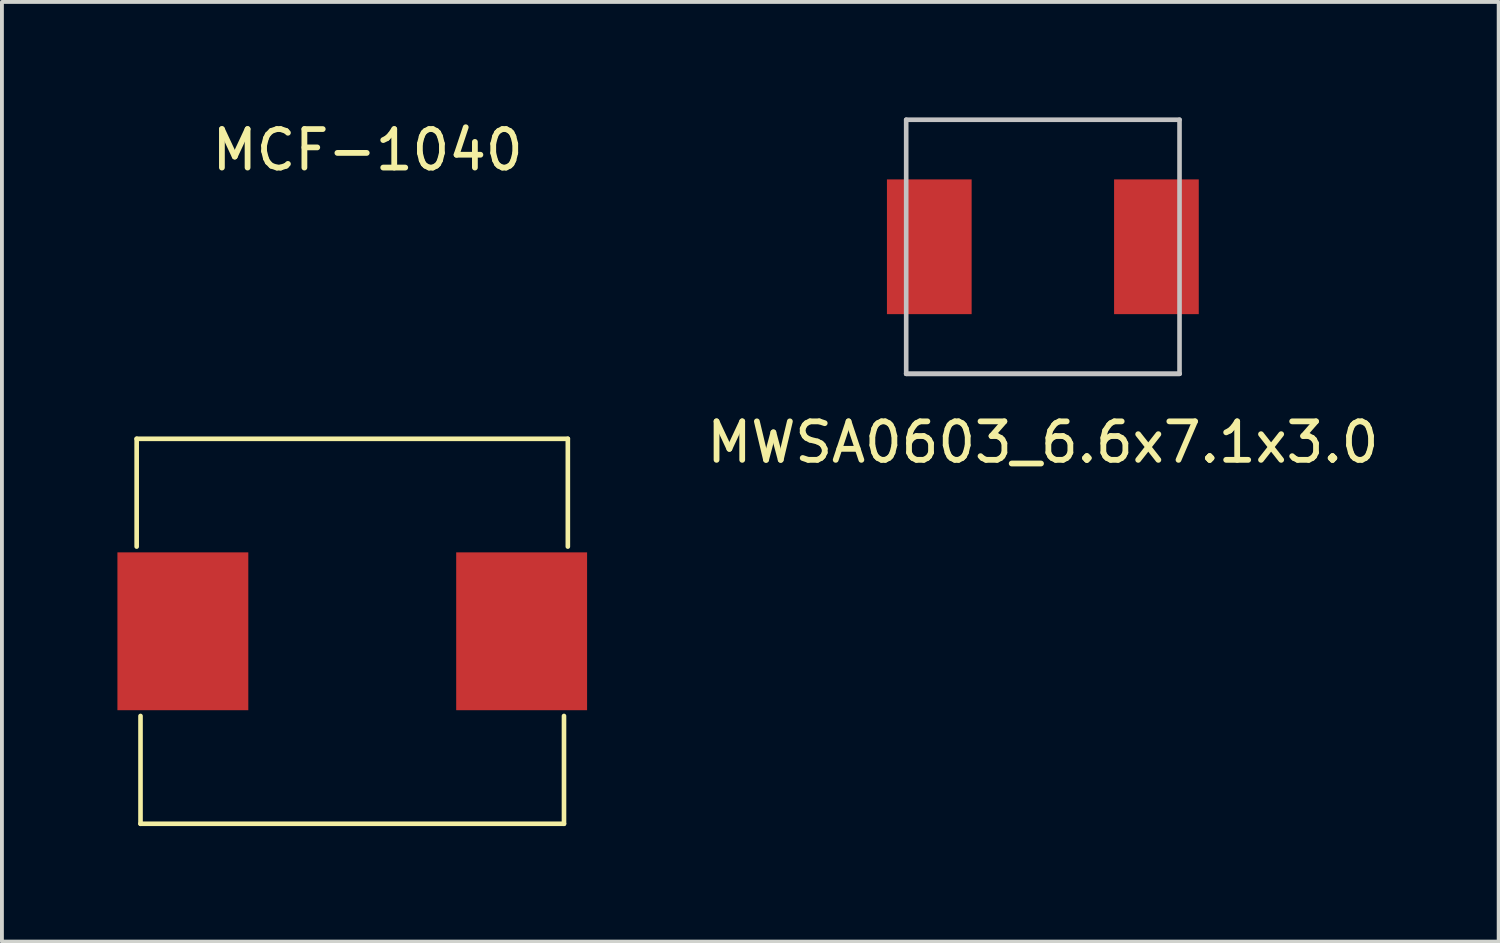
<source format=kicad_pcb>
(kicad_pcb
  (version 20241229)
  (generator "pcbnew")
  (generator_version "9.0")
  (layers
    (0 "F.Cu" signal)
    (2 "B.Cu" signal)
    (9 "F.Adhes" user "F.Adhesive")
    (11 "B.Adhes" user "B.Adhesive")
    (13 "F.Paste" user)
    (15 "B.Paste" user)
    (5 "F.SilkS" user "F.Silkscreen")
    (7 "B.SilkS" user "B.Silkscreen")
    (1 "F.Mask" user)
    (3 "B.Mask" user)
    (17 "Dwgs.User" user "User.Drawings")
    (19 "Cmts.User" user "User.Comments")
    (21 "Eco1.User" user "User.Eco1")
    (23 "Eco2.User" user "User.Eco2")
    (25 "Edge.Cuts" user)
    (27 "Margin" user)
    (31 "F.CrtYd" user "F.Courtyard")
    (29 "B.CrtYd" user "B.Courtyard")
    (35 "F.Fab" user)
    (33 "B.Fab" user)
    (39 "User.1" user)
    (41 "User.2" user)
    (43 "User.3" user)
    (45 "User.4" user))
  (footprint "MWSA0603_6.6x7.1x3.0"
    (layer "F.Cu")
    (at 24.039 3.36)
    (property "Reference" "MWSA0603_6.6x7.1x3.0" (at 0 5.08 0) (layer "F.SilkS") (effects (font (size 1 1) (thickness 0.15))))
    (attr smd)
    (fp_line (start -3.55 -3.3) (end 3.55 -3.3) (stroke (width 0.12) (type solid)) (layer "Dwgs.User"))
    (fp_line (start -3.55 3.3) (end -3.55 -3.3) (stroke (width 0.12) (type solid)) (layer "Dwgs.User"))
    (fp_line (start 3.55 -3.3) (end 3.55 3.3) (stroke (width 0.12) (type solid)) (layer "Dwgs.User"))
    (fp_line (start 3.55 3.3) (end -3.55 3.3) (stroke (width 0.12) (type solid)) (layer "Dwgs.User"))
    (fp_line (start 3.55 3.3) (end -3.55 3.3) (stroke (width 0.12) (type solid)) (layer "Dwgs.User"))
    (pad "1" smd rect (at -2.95 0) (size 2.2 3.5) (layers "F.Cu" "F.Mask" "F.Paste"))
    (pad "2" smd rect (at 2.95 0) (size 2.2 3.5) (layers "F.Cu" "F.Mask" "F.Paste")))
  (footprint "MCF-1040"
    (layer "F.Cu")
    (at 6.1 13.348)
    (property "Reference" "MCF-1040" (at 0.4 -12.5 0) (layer "F.SilkS") (effects (font (size 1 1) (thickness 0.15))))
    (attr smd)
    (fp_line (start -5.6 -2.2) (end -5.6 -5) (stroke (width 0.12) (type solid)) (layer "F.SilkS"))
    (fp_line (start -5.5 5) (end -5.5 2.2) (stroke (width 0.12) (type solid)) (layer "F.SilkS"))
    (fp_line (start -5.5 5) (end 5.5 5) (stroke (width 0.12) (type solid)) (layer "F.SilkS"))
    (fp_line (start 5.5 5) (end 5.5 2.2) (stroke (width 0.12) (type solid)) (layer "F.SilkS"))
    (fp_line (start 5.6 -5) (end -5.6 -5) (stroke (width 0.12) (type solid)) (layer "F.SilkS"))
    (fp_line (start 5.6 -2.2) (end 5.6 -5) (stroke (width 0.12) (type solid)) (layer "F.SilkS"))
    (pad "1" smd rect (at -4.4 0) (size 3.4 4.1) (layers "F.Cu" "F.Mask" "F.Paste"))
    (pad "2" smd rect (at 4.4 0) (size 3.4 4.1) (layers "F.Cu" "F.Mask" "F.Paste")))
  (gr_rect
    (start -3 -3)
    (end 35.879 21.408)
    (stroke (width 0.1) (type default))
    (fill no)
    (layer "Edge.Cuts")))
</source>
